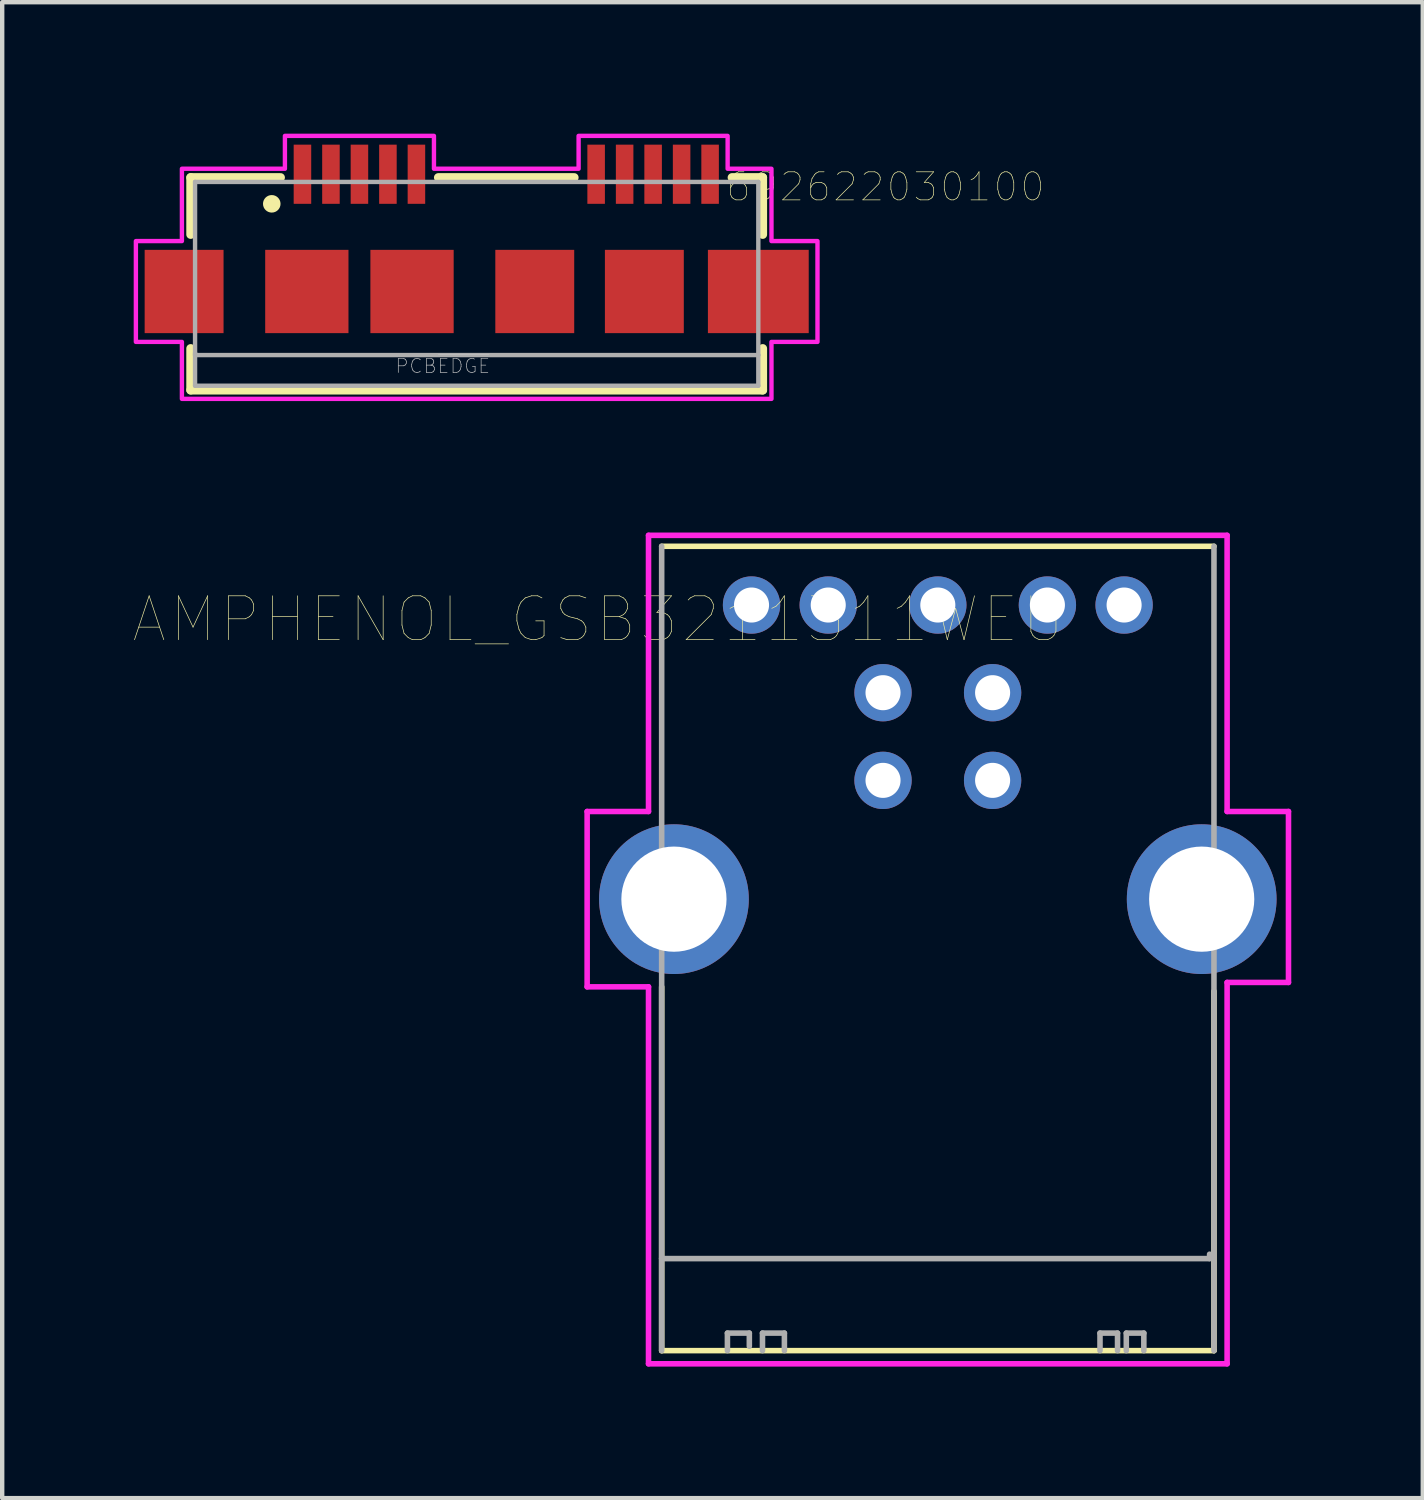
<source format=kicad_pcb>
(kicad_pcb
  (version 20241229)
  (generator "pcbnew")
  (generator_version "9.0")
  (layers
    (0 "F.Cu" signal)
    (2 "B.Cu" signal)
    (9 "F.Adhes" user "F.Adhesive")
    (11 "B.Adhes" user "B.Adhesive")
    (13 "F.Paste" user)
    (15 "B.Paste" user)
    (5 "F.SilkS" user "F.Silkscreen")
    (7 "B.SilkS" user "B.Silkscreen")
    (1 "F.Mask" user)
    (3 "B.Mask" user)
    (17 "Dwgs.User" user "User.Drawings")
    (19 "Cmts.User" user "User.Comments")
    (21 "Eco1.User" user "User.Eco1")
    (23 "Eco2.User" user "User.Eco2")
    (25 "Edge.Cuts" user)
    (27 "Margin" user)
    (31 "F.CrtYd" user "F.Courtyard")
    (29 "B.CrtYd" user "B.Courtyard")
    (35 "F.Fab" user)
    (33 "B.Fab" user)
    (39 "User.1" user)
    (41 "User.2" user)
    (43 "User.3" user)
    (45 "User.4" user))
  (footprint "AMPHENOL_GSB3211311WEU"
    (layer "F.Cu")
    (at 18.345 17.463)
    (property "Reference" "AMPHENOL_GSB3211311WEU" (at -7.744 -6.382 180) (layer "F.SilkS") (effects (font (size 1.001 1.001) (thickness 0.015))))
    (attr through_hole)
    (fp_line (start -6.3 2) (end -6.3 10.3) (stroke (width 0.127) (type solid)) (layer "F.SilkS"))
    (fp_line (start -6.3 10.3) (end 6.3 10.3) (stroke (width 0.127) (type solid)) (layer "F.SilkS"))
    (fp_line (start 6.3 -8.05) (end -6.3 -8.05) (stroke (width 0.127) (type solid)) (layer "F.SilkS"))
    (fp_line (start 6.3 10.3) (end 6.3 2.1) (stroke (width 0.127) (type solid)) (layer "F.SilkS"))
    (fp_line (start -8 -2) (end -6.6 -2) (stroke (width 0.127) (type solid)) (layer "F.CrtYd"))
    (fp_line (start -8 2) (end -8 -2) (stroke (width 0.127) (type solid)) (layer "F.CrtYd"))
    (fp_line (start -6.6 -8.3) (end 6.6 -8.3) (stroke (width 0.127) (type solid)) (layer "F.CrtYd"))
    (fp_line (start -6.6 -2) (end -6.6 -8.3) (stroke (width 0.127) (type solid)) (layer "F.CrtYd"))
    (fp_line (start -6.6 2) (end -8 2) (stroke (width 0.127) (type solid)) (layer "F.CrtYd"))
    (fp_line (start -6.6 10.6) (end -6.6 2) (stroke (width 0.127) (type solid)) (layer "F.CrtYd"))
    (fp_line (start 6.6 -8.3) (end 6.6 -2) (stroke (width 0.127) (type solid)) (layer "F.CrtYd"))
    (fp_line (start 6.6 -2) (end 8 -2) (stroke (width 0.127) (type solid)) (layer "F.CrtYd"))
    (fp_line (start 6.6 1.9) (end 6.6 10.6) (stroke (width 0.127) (type solid)) (layer "F.CrtYd"))
    (fp_line (start 6.6 10.6) (end -6.6 10.6) (stroke (width 0.127) (type solid)) (layer "F.CrtYd"))
    (fp_line (start 8 -2) (end 8 1.9) (stroke (width 0.127) (type solid)) (layer "F.CrtYd"))
    (fp_line (start 8 1.9) (end 6.6 1.9) (stroke (width 0.127) (type solid)) (layer "F.CrtYd"))
    (fp_line (start -6.3 -8.05) (end -6.3 8.2) (stroke (width 0.127) (type solid)) (layer "F.Fab"))
    (fp_line (start -6.3 8.2) (end -6.3 10.3) (stroke (width 0.127) (type solid)) (layer "F.Fab"))
    (fp_line (start -6.3 8.2) (end 6.2 8.2) (stroke (width 0.127) (type solid)) (layer "F.Fab"))
    (fp_line (start -4.8 9.9) (end -4.3 9.9) (stroke (width 0.127) (type solid)) (layer "F.Fab"))
    (fp_line (start -4.8 10.3) (end -4.8 9.9) (stroke (width 0.127) (type solid)) (layer "F.Fab"))
    (fp_line (start -4.3 9.9) (end -4.3 10.2) (stroke (width 0.127) (type solid)) (layer "F.Fab"))
    (fp_line (start -4 9.9) (end -3.5 9.9) (stroke (width 0.127) (type solid)) (layer "F.Fab"))
    (fp_line (start -4 10.3) (end -4 9.9) (stroke (width 0.127) (type solid)) (layer "F.Fab"))
    (fp_line (start -3.5 9.9) (end -3.5 10.3) (stroke (width 0.127) (type solid)) (layer "F.Fab"))
    (fp_line (start 3.7 9.9) (end 3.7 10.3) (stroke (width 0.127) (type solid)) (layer "F.Fab"))
    (fp_line (start 4.1 9.9) (end 3.7 9.9) (stroke (width 0.127) (type solid)) (layer "F.Fab"))
    (fp_line (start 4.1 10.3) (end 4.1 9.9) (stroke (width 0.127) (type solid)) (layer "F.Fab"))
    (fp_line (start 4.3 9.9) (end 4.7 9.9) (stroke (width 0.127) (type solid)) (layer "F.Fab"))
    (fp_line (start 4.3 10.3) (end 4.3 9.9) (stroke (width 0.127) (type solid)) (layer "F.Fab"))
    (fp_line (start 4.7 9.9) (end 4.7 10.3) (stroke (width 0.127) (type solid)) (layer "F.Fab"))
    (fp_line (start 6.2 8.2) (end 6.2 8.1) (stroke (width 0.127) (type solid)) (layer "F.Fab"))
    (fp_line (start 6.3 10.3) (end 6.3 -8.05) (stroke (width 0.127) (type solid)) (layer "F.Fab"))
    (pad "1" thru_hole circle (at 1.25 -4.71) (size 1.308 1.308) (drill 0.8) (layers "*.Cu" "*.Mask"))
    (pad "2" thru_hole circle (at -1.25 -4.71) (size 1.308 1.308) (drill 0.8) (layers "*.Cu" "*.Mask"))
    (pad "3" thru_hole circle (at -1.25 -2.71) (size 1.308 1.308) (drill 0.8) (layers "*.Cu" "*.Mask"))
    (pad "4" thru_hole circle (at 1.25 -2.71) (size 1.308 1.308) (drill 0.8) (layers "*.Cu" "*.Mask"))
    (pad "5" thru_hole circle (at -4.25 -6.71) (size 1.308 1.308) (drill 0.8) (layers "*.Cu" "*.Mask"))
    (pad "6" thru_hole circle (at -2.5 -6.71) (size 1.308 1.308) (drill 0.8) (layers "*.Cu" "*.Mask"))
    (pad "7" thru_hole circle (at 0 -6.71) (size 1.308 1.308) (drill 0.8) (layers "*.Cu" "*.Mask"))
    (pad "8" thru_hole circle (at 2.5 -6.71) (size 1.308 1.308) (drill 0.8) (layers "*.Cu" "*.Mask"))
    (pad "9" thru_hole circle (at 4.25 -6.71) (size 1.308 1.308) (drill 0.8) (layers "*.Cu" "*.Mask"))
    (pad "10" thru_hole circle (at -6.02 0) (size 3.416 3.416) (drill 2.4) (layers "*.Cu" "*.Mask"))
    (pad "11" thru_hole circle (at 6.02 0) (size 3.416 3.416) (drill 2.4) (layers "*.Cu" "*.Mask")))
  (footprint "692622030100"
    (layer "F.Cu")
    (at 5.15 3.6)
    (property "Reference" "692622030100" (at 12.002 -2.386 0) (layer "F.SilkS") (effects (font (size 0.64 0.64) (thickness 0.015))))
    (attr through_hole)
    (fp_line (start -3.85 -2.6) (end -3.85 -1.3) (stroke (width 0.2) (type solid)) (layer "F.SilkS"))
    (fp_line (start -3.85 1.3) (end -3.85 2.25) (stroke (width 0.2) (type solid)) (layer "F.SilkS"))
    (fp_line (start -3.85 2.25) (end 9.2 2.25) (stroke (width 0.2) (type solid)) (layer "F.SilkS"))
    (fp_line (start -1.8 -2.6) (end -3.85 -2.6) (stroke (width 0.2) (type solid)) (layer "F.SilkS"))
    (fp_line (start 1.8 -2.6) (end 4.9 -2.6) (stroke (width 0.2) (type solid)) (layer "F.SilkS"))
    (fp_line (start 8.5 -2.6) (end 9.2 -2.6) (stroke (width 0.2) (type solid)) (layer "F.SilkS"))
    (fp_line (start 9.2 -2.6) (end 9.2 -1.3) (stroke (width 0.2) (type solid)) (layer "F.SilkS"))
    (fp_line (start 9.2 2.25) (end 9.2 1.3) (stroke (width 0.2) (type solid)) (layer "F.SilkS"))
    (fp_circle (center -2 -2) (end -1.9 -2) (stroke (width 0.2) (type solid)) (fill no) (layer "F.SilkS"))
    (fp_poly (pts (xy -4.05 -2.8) (xy -1.7 -2.8) (xy -1.7 -3.55) (xy 1.7 -3.55) (xy 1.7 -2.8) (xy 5 -2.8) (xy 5 -3.55) (xy 8.4 -3.55) (xy 8.4 -2.8) (xy 9.4 -2.8) (xy 9.4 -1.15) (xy 10.45 -1.15) (xy 10.45 1.15) (xy 9.4 1.15) (xy 9.4 2.45) (xy -4.05 2.45) (xy -4.05 1.15) (xy -5.1 1.15) (xy -5.1 -1.15) (xy -4.05 -1.15)) (stroke (width 0.1) (type solid)) (fill no) (layer "F.CrtYd"))
    (fp_line (start -3.75 -2.5) (end -3.75 1.45) (stroke (width 0.1) (type solid)) (layer "F.Fab"))
    (fp_line (start -3.75 1.4) (end -3.75 2.15) (stroke (width 0.1) (type solid)) (layer "F.Fab"))
    (fp_line (start -3.75 1.45) (end 9.1 1.45) (stroke (width 0.1) (type solid)) (layer "F.Fab"))
    (fp_line (start -3.75 2.15) (end 9.1 2.15) (stroke (width 0.1) (type solid)) (layer "F.Fab"))
    (fp_line (start 9.1 -2.5) (end -3.75 -2.5) (stroke (width 0.1) (type solid)) (layer "F.Fab"))
    (fp_line (start 9.1 1.45) (end 9.1 -2.5) (stroke (width 0.1) (type solid)) (layer "F.Fab"))
    (fp_line (start 9.1 2.15) (end 9.1 1.45) (stroke (width 0.1) (type solid)) (layer "F.Fab"))
    (fp_text user "PCB~{EDGE}" (at 1.9 1.7 0) (layer "Dwgs.User") (effects (font (size 0.32 0.32) (thickness 0.015))))
    (pad "1" smd rect (at -1.3 -2.675) (size 0.4 1.35) (layers "F.Cu" "F.Mask" "F.Paste"))
    (pad "2" smd rect (at -0.65 -2.675) (size 0.4 1.35) (layers "F.Cu" "F.Mask" "F.Paste"))
    (pad "3" smd rect (at 0 -2.675) (size 0.4 1.35) (layers "F.Cu" "F.Mask" "F.Paste"))
    (pad "4" smd rect (at 0.65 -2.675) (size 0.4 1.35) (layers "F.Cu" "F.Mask" "F.Paste"))
    (pad "5" smd rect (at 1.3 -2.675) (size 0.4 1.35) (layers "F.Cu" "F.Mask" "F.Paste"))
    (pad "6" smd rect (at 5.4 -2.675) (size 0.4 1.35) (layers "F.Cu" "F.Mask" "F.Paste"))
    (pad "7" smd rect (at 6.05 -2.675) (size 0.4 1.35) (layers "F.Cu" "F.Mask" "F.Paste"))
    (pad "8" smd rect (at 6.7 -2.675) (size 0.4 1.35) (layers "F.Cu" "F.Mask" "F.Paste"))
    (pad "9" smd rect (at 7.35 -2.675) (size 0.4 1.35) (layers "F.Cu" "F.Mask" "F.Paste"))
    (pad "10" smd rect (at 8 -2.675) (size 0.4 1.35) (layers "F.Cu" "F.Mask" "F.Paste"))
    (pad "S1" smd rect (at -4 0) (size 1.8 1.9) (layers "F.Cu" "F.Mask" "F.Paste"))
    (pad "S2" smd rect (at -1.2 0) (size 1.9 1.9) (layers "F.Cu" "F.Mask" "F.Paste"))
    (pad "S3" smd rect (at 1.2 0) (size 1.9 1.9) (layers "F.Cu" "F.Mask" "F.Paste"))
    (pad "S4" smd rect (at 4 0) (size 1.8 1.9) (layers "F.Cu" "F.Mask" "F.Paste"))
    (pad "S5" smd rect (at 6.5 0) (size 1.8 1.9) (layers "F.Cu" "F.Mask" "F.Paste"))
    (pad "S6" smd rect (at 9.1 0) (size 2.3 1.9) (layers "F.Cu" "F.Mask" "F.Paste")))
  (gr_rect
    (start -3 -3)
    (end 29.409 31.127)
    (stroke (width 0.1) (type default))
    (fill no)
    (layer "Edge.Cuts")))
</source>
